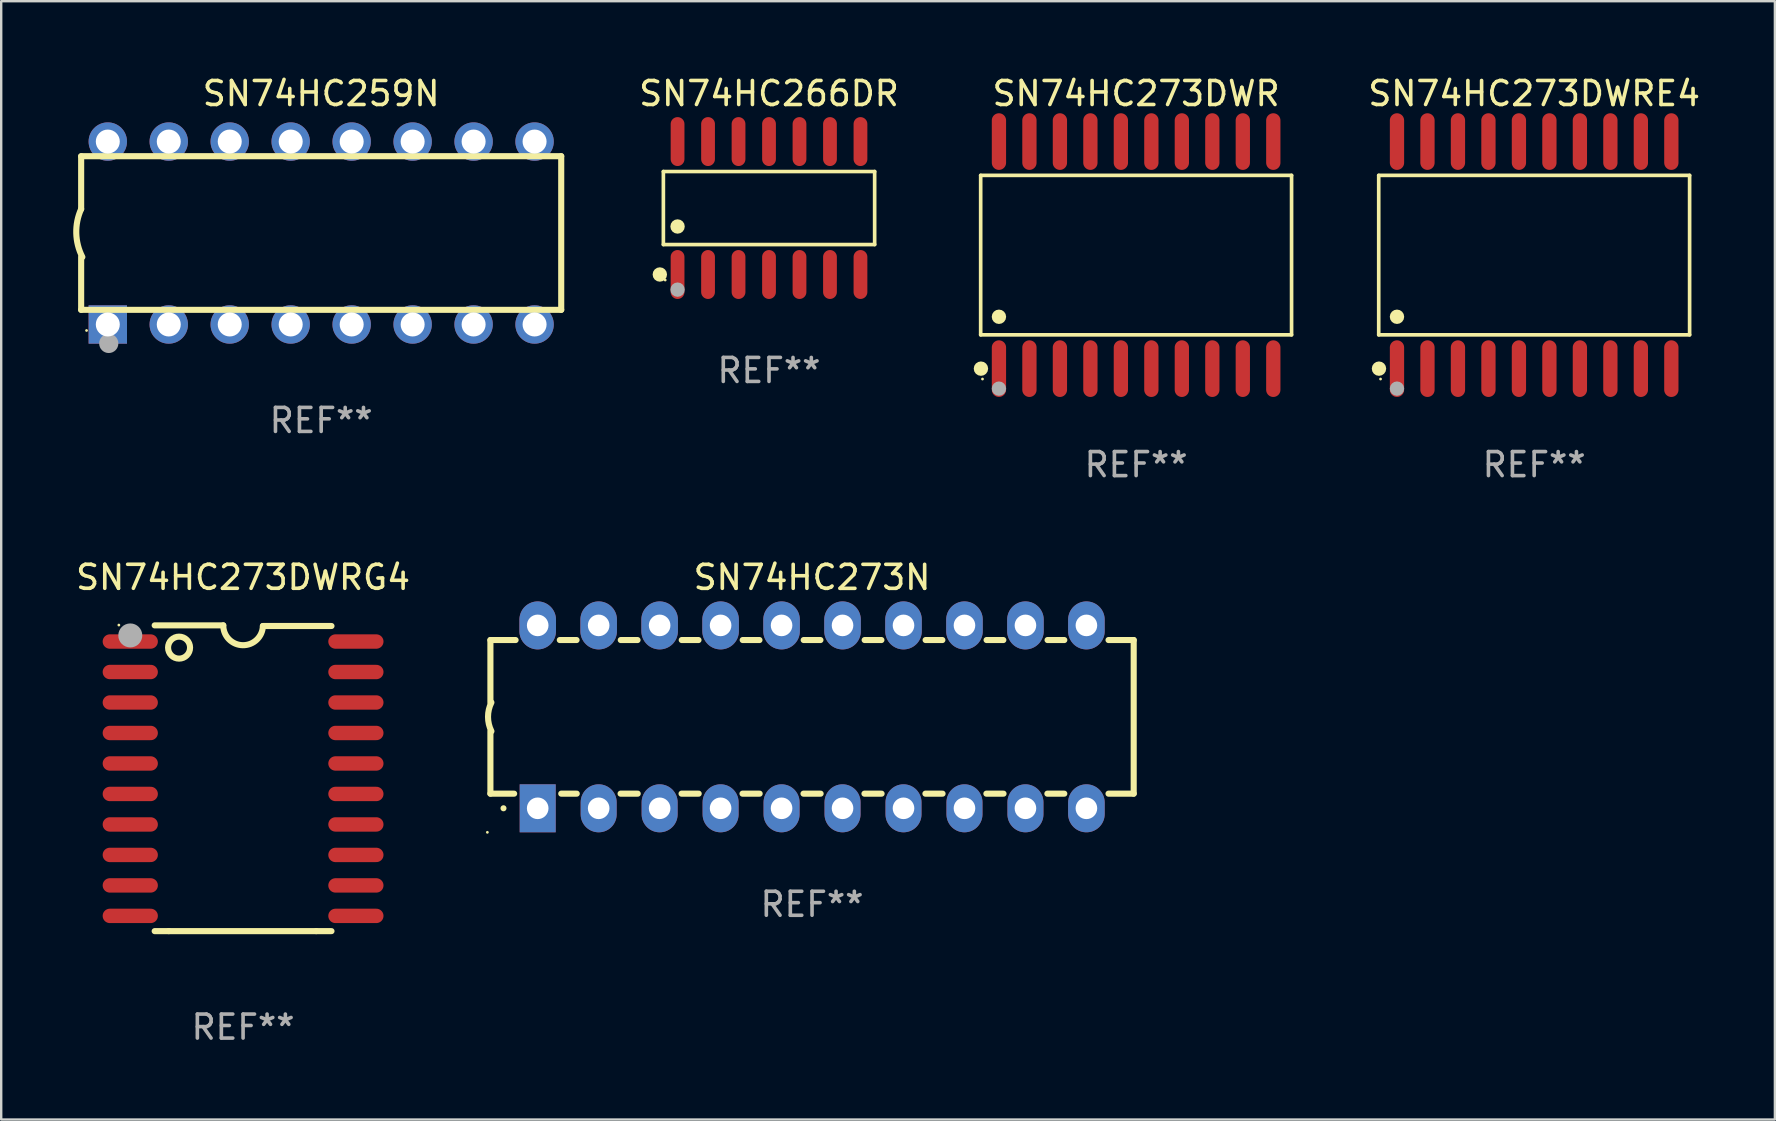
<source format=kicad_pcb>
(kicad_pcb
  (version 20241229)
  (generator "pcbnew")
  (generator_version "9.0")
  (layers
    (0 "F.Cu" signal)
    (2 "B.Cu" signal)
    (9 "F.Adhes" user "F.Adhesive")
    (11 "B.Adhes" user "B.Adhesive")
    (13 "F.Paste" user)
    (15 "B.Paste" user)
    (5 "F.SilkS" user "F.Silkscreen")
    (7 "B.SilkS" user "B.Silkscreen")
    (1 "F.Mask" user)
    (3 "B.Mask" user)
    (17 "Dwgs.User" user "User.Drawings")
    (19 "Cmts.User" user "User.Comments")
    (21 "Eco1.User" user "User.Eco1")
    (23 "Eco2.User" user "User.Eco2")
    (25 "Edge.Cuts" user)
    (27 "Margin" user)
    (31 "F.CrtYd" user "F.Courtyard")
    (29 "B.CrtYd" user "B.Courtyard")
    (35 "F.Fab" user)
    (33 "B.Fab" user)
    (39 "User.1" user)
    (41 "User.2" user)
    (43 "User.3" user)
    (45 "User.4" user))
  (footprint "SN74HC259N"
    (layer "F.Cu")
    (at 10.331 6.658)
    (property "Reference" "SN74HC259N" (at 0 -5.81 0) (layer "F.SilkS") (effects (font (size 1 1) (thickness 0.15))))
    (attr through_hole)
    (fp_line (start -10 -0.998) (end -10 -3.198) (stroke (width 0.254) (type solid)) (layer "F.SilkS"))
    (fp_line (start -10 3.2) (end -10 1) (stroke (width 0.254) (type solid)) (layer "F.SilkS"))
    (fp_line (start 10 -3.2) (end -10 -3.2) (stroke (width 0.254) (type solid)) (layer "F.SilkS"))
    (fp_line (start 10 3.2) (end -10 3.2) (stroke (width 0.254) (type solid)) (layer "F.SilkS"))
    (fp_line (start 10 3.2) (end 10 -3.2) (stroke (width 0.254) (type solid)) (layer "F.SilkS"))
    (fp_arc (start -9.949975 0.999974) (mid -10.203153 0.005693) (end -9.999987 -1) (stroke (width 0.254001) (type solid)) (layer "F.SilkS"))
    (fp_circle (center -9.775 4.06) (end -9.745 4.06) (stroke (width 0.06) (type solid)) (fill no) (layer "F.SilkS"))
    (fp_circle (center -8.85 4.6) (end -8.65 4.6) (stroke (width 0.4) (type solid)) (fill no) (layer "F.Fab"))
    (fp_text user "REF**" (at 0 7.81 0) (layer "F.Fab") (effects (font (size 1 1) (thickness 0.15))))
    (pad "1" thru_hole rect (at -8.89 3.81 90) (size 1.6 1.6) (drill 1) (layers "*.Cu" "*.Mask"))
    (pad "2" thru_hole circle (at -6.35 3.81) (size 1.6 1.6) (drill 1) (layers "*.Cu" "*.Mask"))
    (pad "3" thru_hole circle (at -3.81 3.81) (size 1.6 1.6) (drill 1) (layers "*.Cu" "*.Mask"))
    (pad "4" thru_hole circle (at -1.27 3.81) (size 1.6 1.6) (drill 1) (layers "*.Cu" "*.Mask"))
    (pad "5" thru_hole circle (at 1.27 3.81) (size 1.6 1.6) (drill 1) (layers "*.Cu" "*.Mask"))
    (pad "6" thru_hole circle (at 3.81 3.81) (size 1.6 1.6) (drill 1) (layers "*.Cu" "*.Mask"))
    (pad "7" thru_hole circle (at 6.35 3.81) (size 1.6 1.6) (drill 1) (layers "*.Cu" "*.Mask"))
    (pad "8" thru_hole circle (at 8.89 3.81) (size 1.6 1.6) (drill 1) (layers "*.Cu" "*.Mask"))
    (pad "9" thru_hole circle (at 8.89 -3.81) (size 1.6 1.6) (drill 1) (layers "*.Cu" "*.Mask"))
    (pad "10" thru_hole circle (at 6.35 -3.81) (size 1.6 1.6) (drill 1) (layers "*.Cu" "*.Mask"))
    (pad "11" thru_hole circle (at 3.81 -3.81) (size 1.6 1.6) (drill 1) (layers "*.Cu" "*.Mask"))
    (pad "12" thru_hole circle (at 1.27 -3.81) (size 1.6 1.6) (drill 1) (layers "*.Cu" "*.Mask"))
    (pad "13" thru_hole circle (at -1.27 -3.81) (size 1.6 1.6) (drill 1) (layers "*.Cu" "*.Mask"))
    (pad "14" thru_hole circle (at -3.81 -3.81) (size 1.6 1.6) (drill 1) (layers "*.Cu" "*.Mask"))
    (pad "15" thru_hole circle (at -6.35 -3.81) (size 1.6 1.6) (drill 1) (layers "*.Cu" "*.Mask"))
    (pad "16" thru_hole circle (at -8.89 -3.81) (size 1.6 1.6) (drill 1) (layers "*.Cu" "*.Mask")))
  (footprint "SN74HC273N"
    (layer "F.Cu")
    (at 30.781 26.815)
    (property "Reference" "SN74HC273N" (at 0 -5.81 0) (layer "F.SilkS") (effects (font (size 1 1) (thickness 0.15))))
    (attr through_hole)
    (fp_line (start -13.4 -3.2) (end -12.351 -3.2) (stroke (width 0.254) (type solid)) (layer "F.SilkS"))
    (fp_line (start -13.4 -0.6) (end -13.4 -3.2) (stroke (width 0.254) (type solid)) (layer "F.SilkS"))
    (fp_line (start -13.4 3.2) (end -13.4 0.6) (stroke (width 0.254) (type solid)) (layer "F.SilkS"))
    (fp_line (start -13.4 3.2) (end -12.411 3.2) (stroke (width 0.254) (type solid)) (layer "F.SilkS"))
    (fp_line (start -10.509 -3.2) (end -9.811 -3.2) (stroke (width 0.254) (type solid)) (layer "F.SilkS"))
    (fp_line (start -10.449 3.2) (end -9.803 3.2) (stroke (width 0.254) (type solid)) (layer "F.SilkS"))
    (fp_line (start -7.977 3.2) (end -7.263 3.2) (stroke (width 0.254) (type solid)) (layer "F.SilkS"))
    (fp_line (start -7.969 -3.2) (end -7.271 -3.2) (stroke (width 0.254) (type solid)) (layer "F.SilkS"))
    (fp_line (start -5.437 3.2) (end -4.723 3.2) (stroke (width 0.254) (type solid)) (layer "F.SilkS"))
    (fp_line (start -5.429 -3.2) (end -4.731 -3.2) (stroke (width 0.254) (type solid)) (layer "F.SilkS"))
    (fp_line (start -2.897 3.2) (end -2.183 3.2) (stroke (width 0.254) (type solid)) (layer "F.SilkS"))
    (fp_line (start -2.889 -3.2) (end -2.191 -3.2) (stroke (width 0.254) (type solid)) (layer "F.SilkS"))
    (fp_line (start -0.357 3.2) (end 0.357 3.2) (stroke (width 0.254) (type solid)) (layer "F.SilkS"))
    (fp_line (start -0.349 -3.2) (end 0.349 -3.2) (stroke (width 0.254) (type solid)) (layer "F.SilkS"))
    (fp_line (start 2.183 3.2) (end 2.897 3.2) (stroke (width 0.254) (type solid)) (layer "F.SilkS"))
    (fp_line (start 2.191 -3.2) (end 2.889 -3.2) (stroke (width 0.254) (type solid)) (layer "F.SilkS"))
    (fp_line (start 4.723 3.2) (end 5.437 3.2) (stroke (width 0.254) (type solid)) (layer "F.SilkS"))
    (fp_line (start 4.731 -3.2) (end 5.429 -3.2) (stroke (width 0.254) (type solid)) (layer "F.SilkS"))
    (fp_line (start 7.263 3.2) (end 7.977 3.2) (stroke (width 0.254) (type solid)) (layer "F.SilkS"))
    (fp_line (start 7.271 -3.2) (end 7.969 -3.2) (stroke (width 0.254) (type solid)) (layer "F.SilkS"))
    (fp_line (start 9.803 3.2) (end 10.509 3.2) (stroke (width 0.254) (type solid)) (layer "F.SilkS"))
    (fp_line (start 9.811 -3.2) (end 10.509 -3.2) (stroke (width 0.254) (type solid)) (layer "F.SilkS"))
    (fp_line (start 12.351 -3.2) (end 13.4 -3.2) (stroke (width 0.254) (type solid)) (layer "F.SilkS"))
    (fp_line (start 12.351 3.2) (end 13.4 3.2) (stroke (width 0.254) (type solid)) (layer "F.SilkS"))
    (fp_line (start 13.4 -3.2) (end 13.4 3.2) (stroke (width 0.254) (type solid)) (layer "F.SilkS"))
    (fp_arc (start -13.357557 0.599721) (mid -13.499295 0.000123) (end -13.358598 -0.599721) (stroke (width 0.254001) (type solid)) (layer "F.SilkS"))
    (fp_arc (start -12.854966 3.810008) (mid -12.854973 3.808738) (end -12.854966 3.807468) (stroke (width 0.25) (type solid)) (layer "F.SilkS"))
    (fp_circle (center -13.527 4.81) (end -13.497 4.81) (stroke (width 0.06) (type solid)) (fill no) (layer "F.SilkS"))
    (fp_text user "REF**" (at 0 7.81 0) (layer "F.Fab") (effects (font (size 1 1) (thickness 0.15))))
    (pad "1" thru_hole rect (at -11.43 3.81 90) (size 2 1.5) (drill 0.9) (layers "*.Cu" "*.Mask"))
    (pad "2" thru_hole oval (at -8.89 3.81 90) (size 2 1.5) (drill 0.9) (layers "*.Cu" "*.Mask"))
    (pad "3" thru_hole oval (at -6.35 3.81 90) (size 2 1.5) (drill 0.9) (layers "*.Cu" "*.Mask"))
    (pad "4" thru_hole oval (at -3.81 3.81 90) (size 2 1.5) (drill 0.9) (layers "*.Cu" "*.Mask"))
    (pad "5" thru_hole oval (at -1.27 3.81 90) (size 2 1.5) (drill 0.9) (layers "*.Cu" "*.Mask"))
    (pad "6" thru_hole oval (at 1.27 3.81 90) (size 2 1.5) (drill 0.9) (layers "*.Cu" "*.Mask"))
    (pad "7" thru_hole oval (at 3.81 3.81 90) (size 2 1.5) (drill 0.9) (layers "*.Cu" "*.Mask"))
    (pad "8" thru_hole oval (at 6.35 3.81 90) (size 2 1.5) (drill 0.9) (layers "*.Cu" "*.Mask"))
    (pad "9" thru_hole oval (at 8.89 3.81 90) (size 2 1.5) (drill 0.9) (layers "*.Cu" "*.Mask"))
    (pad "10" thru_hole oval (at 11.43 3.81 90) (size 2 1.524) (drill 0.9) (layers "*.Cu" "*.Mask"))
    (pad "11" thru_hole oval (at 11.43 -3.81 90) (size 2 1.524) (drill 0.9) (layers "*.Cu" "*.Mask"))
    (pad "12" thru_hole oval (at 8.89 -3.81 90) (size 2 1.524) (drill 0.9) (layers "*.Cu" "*.Mask"))
    (pad "13" thru_hole oval (at 6.35 -3.81 90) (size 2 1.524) (drill 0.9) (layers "*.Cu" "*.Mask"))
    (pad "14" thru_hole oval (at 3.81 -3.81 90) (size 2 1.524) (drill 0.9) (layers "*.Cu" "*.Mask"))
    (pad "15" thru_hole oval (at 1.27 -3.81 90) (size 2 1.524) (drill 0.9) (layers "*.Cu" "*.Mask"))
    (pad "16" thru_hole oval (at -1.27 -3.81 90) (size 2 1.524) (drill 0.9) (layers "*.Cu" "*.Mask"))
    (pad "17" thru_hole oval (at -3.81 -3.81 90) (size 2 1.524) (drill 0.9) (layers "*.Cu" "*.Mask"))
    (pad "18" thru_hole oval (at -6.35 -3.81 90) (size 2 1.524) (drill 0.9) (layers "*.Cu" "*.Mask"))
    (pad "19" thru_hole oval (at -8.89 -3.81 90) (size 2 1.524) (drill 0.9) (layers "*.Cu" "*.Mask"))
    (pad "20" thru_hole oval (at -11.43 -3.81 90) (size 2 1.524) (drill 0.9) (layers "*.Cu" "*.Mask")))
  (footprint "SN74HC273DWRG4"
    (layer "F.Cu")
    (at 7.077 29.373)
    (property "Reference" "SN74HC273DWRG4" (at 0 -8.369 0) (layer "F.SilkS") (effects (font (size 1 1) (thickness 0.15))))
    (attr through_hole)
    (fp_line (start -3.096 6.369) (end -3.683 6.369) (stroke (width 0.254) (type solid)) (layer "F.SilkS"))
    (fp_line (start -0.825 -6.369) (end -3.683 -6.369) (stroke (width 0.254) (type solid)) (layer "F.SilkS"))
    (fp_line (start 0.826 -6.343) (end 3.683 -6.343) (stroke (width 0.254) (type solid)) (layer "F.SilkS"))
    (fp_line (start 3.048 6.369) (end -3.096 6.369) (stroke (width 0.254) (type solid)) (layer "F.SilkS"))
    (fp_line (start 3.048 6.369) (end 3.683 6.369) (stroke (width 0.254) (type solid)) (layer "F.SilkS"))
    (fp_arc (start 0.825527 -6.343129) (mid -0.012478 -5.543126) (end -0.825476 -6.36853) (stroke (width 0.254001) (type solid)) (layer "F.SilkS"))
    (fp_circle (center -5.175 -6.382) (end -5.145 -6.382) (stroke (width 0.06) (type solid)) (fill no) (layer "F.SilkS"))
    (fp_circle (center -2.667 -5.442) (end -2.209 -5.442) (stroke (width 0.254) (type solid)) (fill no) (layer "F.SilkS"))
    (fp_circle (center -4.699 -5.95) (end -4.449 -5.95) (stroke (width 0.5) (type solid)) (fill no) (layer "F.Fab"))
    (fp_text user "REF**" (at 0 10.369 0) (layer "F.Fab") (effects (font (size 1 1) (thickness 0.15))))
    (pad "1" smd oval (at -4.7 -5.696 90) (size 0.6 2.3) (layers "F.Cu" "F.Mask" "F.Paste"))
    (pad "2" smd oval (at -4.7 -4.426 90) (size 0.6 2.3) (layers "F.Cu" "F.Mask" "F.Paste"))
    (pad "3" smd oval (at -4.7 -3.156 90) (size 0.6 2.3) (layers "F.Cu" "F.Mask" "F.Paste"))
    (pad "4" smd oval (at -4.7 -1.886 90) (size 0.6 2.3) (layers "F.Cu" "F.Mask" "F.Paste"))
    (pad "5" smd oval (at -4.7 -0.616 90) (size 0.6 2.3) (layers "F.Cu" "F.Mask" "F.Paste"))
    (pad "6" smd oval (at -4.7 0.654 90) (size 0.6 2.3) (layers "F.Cu" "F.Mask" "F.Paste"))
    (pad "7" smd oval (at -4.7 1.924 90) (size 0.6 2.3) (layers "F.Cu" "F.Mask" "F.Paste"))
    (pad "8" smd oval (at -4.7 3.194 90) (size 0.6 2.3) (layers "F.Cu" "F.Mask" "F.Paste"))
    (pad "9" smd oval (at -4.7 4.464 90) (size 0.6 2.3) (layers "F.Cu" "F.Mask" "F.Paste"))
    (pad "10" smd oval (at -4.7 5.734 90) (size 0.6 2.3) (layers "F.Cu" "F.Mask" "F.Paste"))
    (pad "11" smd oval (at 4.7 5.734 90) (size 0.6 2.3) (layers "F.Cu" "F.Mask" "F.Paste"))
    (pad "12" smd oval (at 4.7 4.464 90) (size 0.6 2.3) (layers "F.Cu" "F.Mask" "F.Paste"))
    (pad "13" smd oval (at 4.7 3.194 90) (size 0.6 2.3) (layers "F.Cu" "F.Mask" "F.Paste"))
    (pad "14" smd oval (at 4.7 1.924 90) (size 0.6 2.3) (layers "F.Cu" "F.Mask" "F.Paste"))
    (pad "15" smd oval (at 4.7 0.654 90) (size 0.6 2.3) (layers "F.Cu" "F.Mask" "F.Paste"))
    (pad "16" smd oval (at 4.7 -0.616 90) (size 0.6 2.3) (layers "F.Cu" "F.Mask" "F.Paste"))
    (pad "17" smd oval (at 4.7 -1.886 90) (size 0.6 2.3) (layers "F.Cu" "F.Mask" "F.Paste"))
    (pad "18" smd oval (at 4.7 -3.156 90) (size 0.6 2.3) (layers "F.Cu" "F.Mask" "F.Paste"))
    (pad "19" smd oval (at 4.7 -4.426 90) (size 0.6 2.3) (layers "F.Cu" "F.Mask" "F.Paste"))
    (pad "20" smd oval (at 4.7 -5.696 90) (size 0.6 2.3) (layers "F.Cu" "F.Mask" "F.Paste")))
  (footprint "SN74HC273DWR"
    (layer "F.Cu")
    (at 44.282 7.578)
    (property "Reference" "SN74HC273DWR" (at 0 -6.73 0) (layer "F.SilkS") (effects (font (size 1 1) (thickness 0.15))))
    (attr through_hole)
    (fp_line (start -6.476 -3.321) (end 6.476 -3.321) (stroke (width 0.152) (type solid)) (layer "F.SilkS"))
    (fp_line (start -6.476 3.321) (end -6.476 -3.321) (stroke (width 0.152) (type solid)) (layer "F.SilkS"))
    (fp_line (start 6.476 -3.321) (end 6.476 3.321) (stroke (width 0.152) (type solid)) (layer "F.SilkS"))
    (fp_line (start 6.476 3.321) (end -6.476 3.321) (stroke (width 0.152) (type solid)) (layer "F.SilkS"))
    (fp_circle (center -6.465 4.73) (end -6.315 4.73) (stroke (width 0.3) (type solid)) (fill no) (layer "F.SilkS"))
    (fp_circle (center -6.4 5.163) (end -6.37 5.163) (stroke (width 0.06) (type solid)) (fill no) (layer "F.SilkS"))
    (fp_circle (center -5.715 2.569) (end -5.565 2.569) (stroke (width 0.3) (type solid)) (fill no) (layer "F.SilkS"))
    (fp_circle (center -5.715 5.563) (end -5.565 5.563) (stroke (width 0.3) (type solid)) (fill no) (layer "F.Fab"))
    (fp_text user "REF**" (at 0 8.73 0) (layer "F.Fab") (effects (font (size 1 1) (thickness 0.15))))
    (pad "1" smd oval (at -5.715 4.73) (size 0.595 2.36) (layers "F.Cu" "F.Mask" "F.Paste"))
    (pad "2" smd oval (at -4.445 4.73) (size 0.595 2.36) (layers "F.Cu" "F.Mask" "F.Paste"))
    (pad "3" smd oval (at -3.175 4.73) (size 0.595 2.36) (layers "F.Cu" "F.Mask" "F.Paste"))
    (pad "4" smd oval (at -1.905 4.73) (size 0.595 2.36) (layers "F.Cu" "F.Mask" "F.Paste"))
    (pad "5" smd oval (at -0.635 4.73) (size 0.595 2.36) (layers "F.Cu" "F.Mask" "F.Paste"))
    (pad "6" smd oval (at 0.635 4.73) (size 0.595 2.36) (layers "F.Cu" "F.Mask" "F.Paste"))
    (pad "7" smd oval (at 1.905 4.73) (size 0.595 2.36) (layers "F.Cu" "F.Mask" "F.Paste"))
    (pad "8" smd oval (at 3.175 4.73) (size 0.595 2.36) (layers "F.Cu" "F.Mask" "F.Paste"))
    (pad "9" smd oval (at 4.445 4.73) (size 0.595 2.36) (layers "F.Cu" "F.Mask" "F.Paste"))
    (pad "10" smd oval (at 5.715 4.73) (size 0.595 2.36) (layers "F.Cu" "F.Mask" "F.Paste"))
    (pad "11" smd oval (at 5.715 -4.73) (size 0.595 2.36) (layers "F.Cu" "F.Mask" "F.Paste"))
    (pad "12" smd oval (at 4.445 -4.73) (size 0.595 2.36) (layers "F.Cu" "F.Mask" "F.Paste"))
    (pad "13" smd oval (at 3.175 -4.73) (size 0.595 2.36) (layers "F.Cu" "F.Mask" "F.Paste"))
    (pad "14" smd oval (at 1.905 -4.73) (size 0.595 2.36) (layers "F.Cu" "F.Mask" "F.Paste"))
    (pad "15" smd oval (at 0.635 -4.73) (size 0.595 2.36) (layers "F.Cu" "F.Mask" "F.Paste"))
    (pad "16" smd oval (at -0.635 -4.73) (size 0.595 2.36) (layers "F.Cu" "F.Mask" "F.Paste"))
    (pad "17" smd oval (at -1.905 -4.73) (size 0.595 2.36) (layers "F.Cu" "F.Mask" "F.Paste"))
    (pad "18" smd oval (at -3.175 -4.73) (size 0.595 2.36) (layers "F.Cu" "F.Mask" "F.Paste"))
    (pad "19" smd oval (at -4.445 -4.73) (size 0.595 2.36) (layers "F.Cu" "F.Mask" "F.Paste"))
    (pad "20" smd oval (at -5.715 -4.73) (size 0.595 2.36) (layers "F.Cu" "F.Mask" "F.Paste")))
  (footprint "SN74HC273DWRE4"
    (layer "F.Cu")
    (at 60.865 7.578)
    (property "Reference" "SN74HC273DWRE4" (at 0 -6.73 0) (layer "F.SilkS") (effects (font (size 1 1) (thickness 0.15))))
    (attr through_hole)
    (fp_line (start -6.476 -3.321) (end 6.476 -3.321) (stroke (width 0.152) (type solid)) (layer "F.SilkS"))
    (fp_line (start -6.476 3.321) (end -6.476 -3.321) (stroke (width 0.152) (type solid)) (layer "F.SilkS"))
    (fp_line (start 6.476 -3.321) (end 6.476 3.321) (stroke (width 0.152) (type solid)) (layer "F.SilkS"))
    (fp_line (start 6.476 3.321) (end -6.476 3.321) (stroke (width 0.152) (type solid)) (layer "F.SilkS"))
    (fp_circle (center -6.465 4.73) (end -6.315 4.73) (stroke (width 0.3) (type solid)) (fill no) (layer "F.SilkS"))
    (fp_circle (center -6.4 5.163) (end -6.37 5.163) (stroke (width 0.06) (type solid)) (fill no) (layer "F.SilkS"))
    (fp_circle (center -5.715 2.569) (end -5.565 2.569) (stroke (width 0.3) (type solid)) (fill no) (layer "F.SilkS"))
    (fp_circle (center -5.715 5.563) (end -5.565 5.563) (stroke (width 0.3) (type solid)) (fill no) (layer "F.Fab"))
    (fp_text user "REF**" (at 0 8.73 0) (layer "F.Fab") (effects (font (size 1 1) (thickness 0.15))))
    (pad "1" smd oval (at -5.715 4.73) (size 0.595 2.36) (layers "F.Cu" "F.Mask" "F.Paste"))
    (pad "2" smd oval (at -4.445 4.73) (size 0.595 2.36) (layers "F.Cu" "F.Mask" "F.Paste"))
    (pad "3" smd oval (at -3.175 4.73) (size 0.595 2.36) (layers "F.Cu" "F.Mask" "F.Paste"))
    (pad "4" smd oval (at -1.905 4.73) (size 0.595 2.36) (layers "F.Cu" "F.Mask" "F.Paste"))
    (pad "5" smd oval (at -0.635 4.73) (size 0.595 2.36) (layers "F.Cu" "F.Mask" "F.Paste"))
    (pad "6" smd oval (at 0.635 4.73) (size 0.595 2.36) (layers "F.Cu" "F.Mask" "F.Paste"))
    (pad "7" smd oval (at 1.905 4.73) (size 0.595 2.36) (layers "F.Cu" "F.Mask" "F.Paste"))
    (pad "8" smd oval (at 3.175 4.73) (size 0.595 2.36) (layers "F.Cu" "F.Mask" "F.Paste"))
    (pad "9" smd oval (at 4.445 4.73) (size 0.595 2.36) (layers "F.Cu" "F.Mask" "F.Paste"))
    (pad "10" smd oval (at 5.715 4.73) (size 0.595 2.36) (layers "F.Cu" "F.Mask" "F.Paste"))
    (pad "11" smd oval (at 5.715 -4.73) (size 0.595 2.36) (layers "F.Cu" "F.Mask" "F.Paste"))
    (pad "12" smd oval (at 4.445 -4.73) (size 0.595 2.36) (layers "F.Cu" "F.Mask" "F.Paste"))
    (pad "13" smd oval (at 3.175 -4.73) (size 0.595 2.36) (layers "F.Cu" "F.Mask" "F.Paste"))
    (pad "14" smd oval (at 1.905 -4.73) (size 0.595 2.36) (layers "F.Cu" "F.Mask" "F.Paste"))
    (pad "15" smd oval (at 0.635 -4.73) (size 0.595 2.36) (layers "F.Cu" "F.Mask" "F.Paste"))
    (pad "16" smd oval (at -0.635 -4.73) (size 0.595 2.36) (layers "F.Cu" "F.Mask" "F.Paste"))
    (pad "17" smd oval (at -1.905 -4.73) (size 0.595 2.36) (layers "F.Cu" "F.Mask" "F.Paste"))
    (pad "18" smd oval (at -3.175 -4.73) (size 0.595 2.36) (layers "F.Cu" "F.Mask" "F.Paste"))
    (pad "19" smd oval (at -4.445 -4.73) (size 0.595 2.36) (layers "F.Cu" "F.Mask" "F.Paste"))
    (pad "20" smd oval (at -5.715 -4.73) (size 0.595 2.36) (layers "F.Cu" "F.Mask" "F.Paste")))
  (footprint "SN74HC266DR"
    (layer "F.Cu")
    (at 28.988 5.617)
    (property "Reference" "SN74HC266DR" (at 0 -4.769 0) (layer "F.SilkS") (effects (font (size 1 1) (thickness 0.15))))
    (attr through_hole)
    (fp_line (start -4.401 -1.521) (end 4.401 -1.521) (stroke (width 0.152) (type solid)) (layer "F.SilkS"))
    (fp_line (start -4.401 1.521) (end -4.401 -1.521) (stroke (width 0.152) (type solid)) (layer "F.SilkS"))
    (fp_line (start 4.401 -1.521) (end 4.401 1.521) (stroke (width 0.152) (type solid)) (layer "F.SilkS"))
    (fp_line (start 4.401 1.521) (end -4.401 1.521) (stroke (width 0.152) (type solid)) (layer "F.SilkS"))
    (fp_circle (center -4.549 2.769) (end -4.399 2.769) (stroke (width 0.3) (type solid)) (fill no) (layer "F.SilkS"))
    (fp_circle (center -4.325 3) (end -4.295 3) (stroke (width 0.06) (type solid)) (fill no) (layer "F.SilkS"))
    (fp_circle (center -3.81 0.769) (end -3.66 0.769) (stroke (width 0.3) (type solid)) (fill no) (layer "F.SilkS"))
    (fp_circle (center -3.81 3.4) (end -3.66 3.4) (stroke (width 0.3) (type solid)) (fill no) (layer "F.Fab"))
    (fp_text user "REF**" (at 0 6.769 0) (layer "F.Fab") (effects (font (size 1 1) (thickness 0.15))))
    (pad "1" smd oval (at -3.81 2.769) (size 0.574 2.038) (layers "F.Cu" "F.Mask" "F.Paste"))
    (pad "2" smd oval (at -2.54 2.769) (size 0.574 2.038) (layers "F.Cu" "F.Mask" "F.Paste"))
    (pad "3" smd oval (at -1.27 2.769) (size 0.574 2.038) (layers "F.Cu" "F.Mask" "F.Paste"))
    (pad "4" smd oval (at 0 2.769) (size 0.574 2.038) (layers "F.Cu" "F.Mask" "F.Paste"))
    (pad "5" smd oval (at 1.27 2.769) (size 0.574 2.038) (layers "F.Cu" "F.Mask" "F.Paste"))
    (pad "6" smd oval (at 2.54 2.769) (size 0.574 2.038) (layers "F.Cu" "F.Mask" "F.Paste"))
    (pad "7" smd oval (at 3.81 2.769) (size 0.574 2.038) (layers "F.Cu" "F.Mask" "F.Paste"))
    (pad "8" smd oval (at 3.81 -2.769) (size 0.574 2.038) (layers "F.Cu" "F.Mask" "F.Paste"))
    (pad "9" smd oval (at 2.54 -2.769) (size 0.574 2.038) (layers "F.Cu" "F.Mask" "F.Paste"))
    (pad "10" smd oval (at 1.27 -2.769) (size 0.574 2.038) (layers "F.Cu" "F.Mask" "F.Paste"))
    (pad "11" smd oval (at 0 -2.769) (size 0.574 2.038) (layers "F.Cu" "F.Mask" "F.Paste"))
    (pad "12" smd oval (at -1.27 -2.769) (size 0.574 2.038) (layers "F.Cu" "F.Mask" "F.Paste"))
    (pad "13" smd oval (at -2.54 -2.769) (size 0.574 2.038) (layers "F.Cu" "F.Mask" "F.Paste"))
    (pad "14" smd oval (at -3.81 -2.769) (size 0.574 2.038) (layers "F.Cu" "F.Mask" "F.Paste")))
  (gr_rect
    (start -3 -3)
    (end 70.894 43.59)
    (stroke (width 0.1) (type default))
    (fill no)
    (layer "Edge.Cuts")))
</source>
